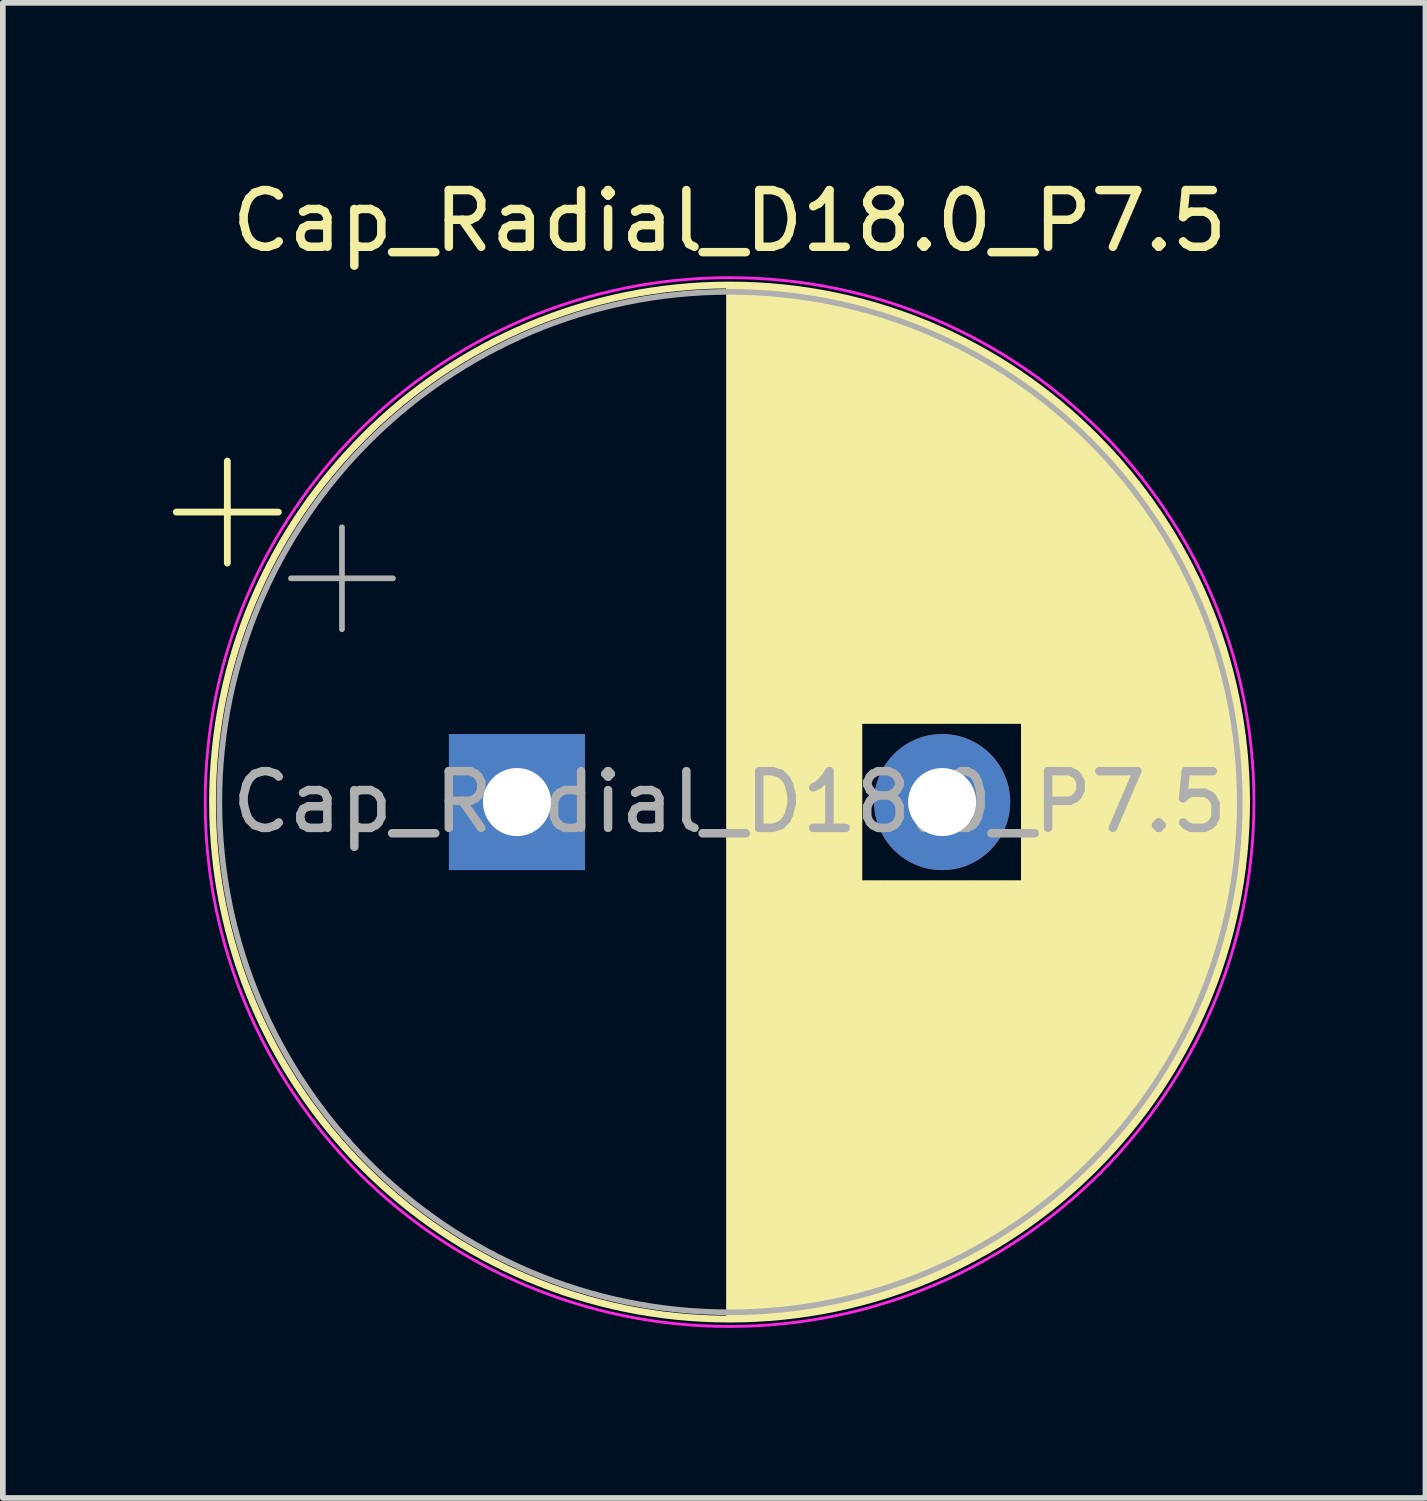
<source format=kicad_pcb>
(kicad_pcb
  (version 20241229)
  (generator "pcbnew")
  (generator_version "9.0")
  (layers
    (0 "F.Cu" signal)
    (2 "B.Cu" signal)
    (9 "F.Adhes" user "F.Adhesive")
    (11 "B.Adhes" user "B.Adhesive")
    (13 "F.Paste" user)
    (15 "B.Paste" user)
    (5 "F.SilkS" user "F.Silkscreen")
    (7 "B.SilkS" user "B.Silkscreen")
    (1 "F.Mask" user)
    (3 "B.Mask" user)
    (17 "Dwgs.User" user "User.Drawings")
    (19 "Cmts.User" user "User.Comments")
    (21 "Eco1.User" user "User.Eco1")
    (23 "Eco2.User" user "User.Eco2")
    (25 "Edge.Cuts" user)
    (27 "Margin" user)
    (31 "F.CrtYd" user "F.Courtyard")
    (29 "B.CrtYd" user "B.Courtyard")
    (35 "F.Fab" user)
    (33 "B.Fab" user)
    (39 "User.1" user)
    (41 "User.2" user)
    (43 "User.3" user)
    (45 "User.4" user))
  (footprint "Cap_Radial_D18.0_P7.5"
    (layer "F.Cu")
    (at 6.069 11.098)
    (property "Reference" "Cap_Radial_D18.0_P7.5" (at 3.75 -10.25 0) (layer "F.SilkS") (effects (font (size 1 1) (thickness 0.15))))
    (fp_line (start -6.009 -5.115) (end -4.209 -5.115) (stroke (width 0.12) (type solid)) (layer "F.SilkS"))
    (fp_line (start -5.109 -6.015) (end -5.109 -4.215) (stroke (width 0.12) (type solid)) (layer "F.SilkS"))
    (fp_line (start 3.75 -9.081) (end 3.75 9.081) (stroke (width 0.12) (type solid)) (layer "F.SilkS"))
    (fp_line (start 3.79 -9.08) (end 3.79 9.08) (stroke (width 0.12) (type solid)) (layer "F.SilkS"))
    (fp_line (start 3.83 -9.08) (end 3.83 9.08) (stroke (width 0.12) (type solid)) (layer "F.SilkS"))
    (fp_line (start 3.87 -9.08) (end 3.87 9.08) (stroke (width 0.12) (type solid)) (layer "F.SilkS"))
    (fp_line (start 3.91 -9.079) (end 3.91 9.079) (stroke (width 0.12) (type solid)) (layer "F.SilkS"))
    (fp_line (start 3.95 -9.078) (end 3.95 9.078) (stroke (width 0.12) (type solid)) (layer "F.SilkS"))
    (fp_line (start 3.99 -9.077) (end 3.99 9.077) (stroke (width 0.12) (type solid)) (layer "F.SilkS"))
    (fp_line (start 4.03 -9.076) (end 4.03 9.076) (stroke (width 0.12) (type solid)) (layer "F.SilkS"))
    (fp_line (start 4.07 -9.075) (end 4.07 9.075) (stroke (width 0.12) (type solid)) (layer "F.SilkS"))
    (fp_line (start 4.11 -9.073) (end 4.11 9.073) (stroke (width 0.12) (type solid)) (layer "F.SilkS"))
    (fp_line (start 4.15 -9.072) (end 4.15 9.072) (stroke (width 0.12) (type solid)) (layer "F.SilkS"))
    (fp_line (start 4.19 -9.07) (end 4.19 9.07) (stroke (width 0.12) (type solid)) (layer "F.SilkS"))
    (fp_line (start 4.23 -9.068) (end 4.23 9.068) (stroke (width 0.12) (type solid)) (layer "F.SilkS"))
    (fp_line (start 4.27 -9.066) (end 4.27 9.066) (stroke (width 0.12) (type solid)) (layer "F.SilkS"))
    (fp_line (start 4.31 -9.063) (end 4.31 9.063) (stroke (width 0.12) (type solid)) (layer "F.SilkS"))
    (fp_line (start 4.35 -9.061) (end 4.35 9.061) (stroke (width 0.12) (type solid)) (layer "F.SilkS"))
    (fp_line (start 4.39 -9.058) (end 4.39 9.058) (stroke (width 0.12) (type solid)) (layer "F.SilkS"))
    (fp_line (start 4.43 -9.055) (end 4.43 9.055) (stroke (width 0.12) (type solid)) (layer "F.SilkS"))
    (fp_line (start 4.471 -9.052) (end 4.471 9.052) (stroke (width 0.12) (type solid)) (layer "F.SilkS"))
    (fp_line (start 4.511 -9.049) (end 4.511 9.049) (stroke (width 0.12) (type solid)) (layer "F.SilkS"))
    (fp_line (start 4.551 -9.045) (end 4.551 9.045) (stroke (width 0.12) (type solid)) (layer "F.SilkS"))
    (fp_line (start 4.591 -9.042) (end 4.591 9.042) (stroke (width 0.12) (type solid)) (layer "F.SilkS"))
    (fp_line (start 4.631 -9.038) (end 4.631 9.038) (stroke (width 0.12) (type solid)) (layer "F.SilkS"))
    (fp_line (start 4.671 -9.034) (end 4.671 9.034) (stroke (width 0.12) (type solid)) (layer "F.SilkS"))
    (fp_line (start 4.711 -9.03) (end 4.711 9.03) (stroke (width 0.12) (type solid)) (layer "F.SilkS"))
    (fp_line (start 4.751 -9.026) (end 4.751 9.026) (stroke (width 0.12) (type solid)) (layer "F.SilkS"))
    (fp_line (start 4.791 -9.021) (end 4.791 9.021) (stroke (width 0.12) (type solid)) (layer "F.SilkS"))
    (fp_line (start 4.831 -9.016) (end 4.831 9.016) (stroke (width 0.12) (type solid)) (layer "F.SilkS"))
    (fp_line (start 4.871 -9.011) (end 4.871 9.011) (stroke (width 0.12) (type solid)) (layer "F.SilkS"))
    (fp_line (start 4.911 -9.006) (end 4.911 9.006) (stroke (width 0.12) (type solid)) (layer "F.SilkS"))
    (fp_line (start 4.951 -9.001) (end 4.951 9.001) (stroke (width 0.12) (type solid)) (layer "F.SilkS"))
    (fp_line (start 4.991 -8.996) (end 4.991 8.996) (stroke (width 0.12) (type solid)) (layer "F.SilkS"))
    (fp_line (start 5.031 -8.99) (end 5.031 8.99) (stroke (width 0.12) (type solid)) (layer "F.SilkS"))
    (fp_line (start 5.071 -8.984) (end 5.071 8.984) (stroke (width 0.12) (type solid)) (layer "F.SilkS"))
    (fp_line (start 5.111 -8.979) (end 5.111 8.979) (stroke (width 0.12) (type solid)) (layer "F.SilkS"))
    (fp_line (start 5.151 -8.972) (end 5.151 8.972) (stroke (width 0.12) (type solid)) (layer "F.SilkS"))
    (fp_line (start 5.191 -8.966) (end 5.191 8.966) (stroke (width 0.12) (type solid)) (layer "F.SilkS"))
    (fp_line (start 5.231 -8.96) (end 5.231 8.96) (stroke (width 0.12) (type solid)) (layer "F.SilkS"))
    (fp_line (start 5.271 -8.953) (end 5.271 8.953) (stroke (width 0.12) (type solid)) (layer "F.SilkS"))
    (fp_line (start 5.311 -8.946) (end 5.311 8.946) (stroke (width 0.12) (type solid)) (layer "F.SilkS"))
    (fp_line (start 5.351 -8.939) (end 5.351 8.939) (stroke (width 0.12) (type solid)) (layer "F.SilkS"))
    (fp_line (start 5.391 -8.932) (end 5.391 8.932) (stroke (width 0.12) (type solid)) (layer "F.SilkS"))
    (fp_line (start 5.431 -8.924) (end 5.431 8.924) (stroke (width 0.12) (type solid)) (layer "F.SilkS"))
    (fp_line (start 5.471 -8.917) (end 5.471 8.917) (stroke (width 0.12) (type solid)) (layer "F.SilkS"))
    (fp_line (start 5.511 -8.909) (end 5.511 8.909) (stroke (width 0.12) (type solid)) (layer "F.SilkS"))
    (fp_line (start 5.551 -8.901) (end 5.551 8.901) (stroke (width 0.12) (type solid)) (layer "F.SilkS"))
    (fp_line (start 5.591 -8.893) (end 5.591 8.893) (stroke (width 0.12) (type solid)) (layer "F.SilkS"))
    (fp_line (start 5.631 -8.885) (end 5.631 8.885) (stroke (width 0.12) (type solid)) (layer "F.SilkS"))
    (fp_line (start 5.671 -8.876) (end 5.671 8.876) (stroke (width 0.12) (type solid)) (layer "F.SilkS"))
    (fp_line (start 5.711 -8.867) (end 5.711 8.867) (stroke (width 0.12) (type solid)) (layer "F.SilkS"))
    (fp_line (start 5.751 -8.858) (end 5.751 8.858) (stroke (width 0.12) (type solid)) (layer "F.SilkS"))
    (fp_line (start 5.791 -8.849) (end 5.791 8.849) (stroke (width 0.12) (type solid)) (layer "F.SilkS"))
    (fp_line (start 5.831 -8.84) (end 5.831 8.84) (stroke (width 0.12) (type solid)) (layer "F.SilkS"))
    (fp_line (start 5.871 -8.831) (end 5.871 8.831) (stroke (width 0.12) (type solid)) (layer "F.SilkS"))
    (fp_line (start 5.911 -8.821) (end 5.911 8.821) (stroke (width 0.12) (type solid)) (layer "F.SilkS"))
    (fp_line (start 5.951 -8.811) (end 5.951 8.811) (stroke (width 0.12) (type solid)) (layer "F.SilkS"))
    (fp_line (start 5.991 -8.801) (end 5.991 8.801) (stroke (width 0.12) (type solid)) (layer "F.SilkS"))
    (fp_line (start 6.031 -8.791) (end 6.031 8.791) (stroke (width 0.12) (type solid)) (layer "F.SilkS"))
    (fp_line (start 6.071 -8.78) (end 6.071 -1.44) (stroke (width 0.12) (type solid)) (layer "F.SilkS"))
    (fp_line (start 6.071 1.44) (end 6.071 8.78) (stroke (width 0.12) (type solid)) (layer "F.SilkS"))
    (fp_line (start 6.111 -8.77) (end 6.111 -1.44) (stroke (width 0.12) (type solid)) (layer "F.SilkS"))
    (fp_line (start 6.111 1.44) (end 6.111 8.77) (stroke (width 0.12) (type solid)) (layer "F.SilkS"))
    (fp_line (start 6.151 -8.759) (end 6.151 -1.44) (stroke (width 0.12) (type solid)) (layer "F.SilkS"))
    (fp_line (start 6.151 1.44) (end 6.151 8.759) (stroke (width 0.12) (type solid)) (layer "F.SilkS"))
    (fp_line (start 6.191 -8.748) (end 6.191 -1.44) (stroke (width 0.12) (type solid)) (layer "F.SilkS"))
    (fp_line (start 6.191 1.44) (end 6.191 8.748) (stroke (width 0.12) (type solid)) (layer "F.SilkS"))
    (fp_line (start 6.231 -8.737) (end 6.231 -1.44) (stroke (width 0.12) (type solid)) (layer "F.SilkS"))
    (fp_line (start 6.231 1.44) (end 6.231 8.737) (stroke (width 0.12) (type solid)) (layer "F.SilkS"))
    (fp_line (start 6.271 -8.725) (end 6.271 -1.44) (stroke (width 0.12) (type solid)) (layer "F.SilkS"))
    (fp_line (start 6.271 1.44) (end 6.271 8.725) (stroke (width 0.12) (type solid)) (layer "F.SilkS"))
    (fp_line (start 6.311 -8.714) (end 6.311 -1.44) (stroke (width 0.12) (type solid)) (layer "F.SilkS"))
    (fp_line (start 6.311 1.44) (end 6.311 8.714) (stroke (width 0.12) (type solid)) (layer "F.SilkS"))
    (fp_line (start 6.351 -8.702) (end 6.351 -1.44) (stroke (width 0.12) (type solid)) (layer "F.SilkS"))
    (fp_line (start 6.351 1.44) (end 6.351 8.702) (stroke (width 0.12) (type solid)) (layer "F.SilkS"))
    (fp_line (start 6.391 -8.69) (end 6.391 -1.44) (stroke (width 0.12) (type solid)) (layer "F.SilkS"))
    (fp_line (start 6.391 1.44) (end 6.391 8.69) (stroke (width 0.12) (type solid)) (layer "F.SilkS"))
    (fp_line (start 6.431 -8.678) (end 6.431 -1.44) (stroke (width 0.12) (type solid)) (layer "F.SilkS"))
    (fp_line (start 6.431 1.44) (end 6.431 8.678) (stroke (width 0.12) (type solid)) (layer "F.SilkS"))
    (fp_line (start 6.471 -8.665) (end 6.471 -1.44) (stroke (width 0.12) (type solid)) (layer "F.SilkS"))
    (fp_line (start 6.471 1.44) (end 6.471 8.665) (stroke (width 0.12) (type solid)) (layer "F.SilkS"))
    (fp_line (start 6.511 -8.653) (end 6.511 -1.44) (stroke (width 0.12) (type solid)) (layer "F.SilkS"))
    (fp_line (start 6.511 1.44) (end 6.511 8.653) (stroke (width 0.12) (type solid)) (layer "F.SilkS"))
    (fp_line (start 6.551 -8.64) (end 6.551 -1.44) (stroke (width 0.12) (type solid)) (layer "F.SilkS"))
    (fp_line (start 6.551 1.44) (end 6.551 8.64) (stroke (width 0.12) (type solid)) (layer "F.SilkS"))
    (fp_line (start 6.591 -8.627) (end 6.591 -1.44) (stroke (width 0.12) (type solid)) (layer "F.SilkS"))
    (fp_line (start 6.591 1.44) (end 6.591 8.627) (stroke (width 0.12) (type solid)) (layer "F.SilkS"))
    (fp_line (start 6.631 -8.614) (end 6.631 -1.44) (stroke (width 0.12) (type solid)) (layer "F.SilkS"))
    (fp_line (start 6.631 1.44) (end 6.631 8.614) (stroke (width 0.12) (type solid)) (layer "F.SilkS"))
    (fp_line (start 6.671 -8.6) (end 6.671 -1.44) (stroke (width 0.12) (type solid)) (layer "F.SilkS"))
    (fp_line (start 6.671 1.44) (end 6.671 8.6) (stroke (width 0.12) (type solid)) (layer "F.SilkS"))
    (fp_line (start 6.711 -8.587) (end 6.711 -1.44) (stroke (width 0.12) (type solid)) (layer "F.SilkS"))
    (fp_line (start 6.711 1.44) (end 6.711 8.587) (stroke (width 0.12) (type solid)) (layer "F.SilkS"))
    (fp_line (start 6.751 -8.573) (end 6.751 -1.44) (stroke (width 0.12) (type solid)) (layer "F.SilkS"))
    (fp_line (start 6.751 1.44) (end 6.751 8.573) (stroke (width 0.12) (type solid)) (layer "F.SilkS"))
    (fp_line (start 6.791 -8.559) (end 6.791 -1.44) (stroke (width 0.12) (type solid)) (layer "F.SilkS"))
    (fp_line (start 6.791 1.44) (end 6.791 8.559) (stroke (width 0.12) (type solid)) (layer "F.SilkS"))
    (fp_line (start 6.831 -8.545) (end 6.831 -1.44) (stroke (width 0.12) (type solid)) (layer "F.SilkS"))
    (fp_line (start 6.831 1.44) (end 6.831 8.545) (stroke (width 0.12) (type solid)) (layer "F.SilkS"))
    (fp_line (start 6.871 -8.53) (end 6.871 -1.44) (stroke (width 0.12) (type solid)) (layer "F.SilkS"))
    (fp_line (start 6.871 1.44) (end 6.871 8.53) (stroke (width 0.12) (type solid)) (layer "F.SilkS"))
    (fp_line (start 6.911 -8.516) (end 6.911 -1.44) (stroke (width 0.12) (type solid)) (layer "F.SilkS"))
    (fp_line (start 6.911 1.44) (end 6.911 8.516) (stroke (width 0.12) (type solid)) (layer "F.SilkS"))
    (fp_line (start 6.951 -8.501) (end 6.951 -1.44) (stroke (width 0.12) (type solid)) (layer "F.SilkS"))
    (fp_line (start 6.951 1.44) (end 6.951 8.501) (stroke (width 0.12) (type solid)) (layer "F.SilkS"))
    (fp_line (start 6.991 -8.486) (end 6.991 -1.44) (stroke (width 0.12) (type solid)) (layer "F.SilkS"))
    (fp_line (start 6.991 1.44) (end 6.991 8.486) (stroke (width 0.12) (type solid)) (layer "F.SilkS"))
    (fp_line (start 7.031 -8.47) (end 7.031 -1.44) (stroke (width 0.12) (type solid)) (layer "F.SilkS"))
    (fp_line (start 7.031 1.44) (end 7.031 8.47) (stroke (width 0.12) (type solid)) (layer "F.SilkS"))
    (fp_line (start 7.071 -8.455) (end 7.071 -1.44) (stroke (width 0.12) (type solid)) (layer "F.SilkS"))
    (fp_line (start 7.071 1.44) (end 7.071 8.455) (stroke (width 0.12) (type solid)) (layer "F.SilkS"))
    (fp_line (start 7.111 -8.439) (end 7.111 -1.44) (stroke (width 0.12) (type solid)) (layer "F.SilkS"))
    (fp_line (start 7.111 1.44) (end 7.111 8.439) (stroke (width 0.12) (type solid)) (layer "F.SilkS"))
    (fp_line (start 7.151 -8.423) (end 7.151 -1.44) (stroke (width 0.12) (type solid)) (layer "F.SilkS"))
    (fp_line (start 7.151 1.44) (end 7.151 8.423) (stroke (width 0.12) (type solid)) (layer "F.SilkS"))
    (fp_line (start 7.191 -8.407) (end 7.191 -1.44) (stroke (width 0.12) (type solid)) (layer "F.SilkS"))
    (fp_line (start 7.191 1.44) (end 7.191 8.407) (stroke (width 0.12) (type solid)) (layer "F.SilkS"))
    (fp_line (start 7.231 -8.39) (end 7.231 -1.44) (stroke (width 0.12) (type solid)) (layer "F.SilkS"))
    (fp_line (start 7.231 1.44) (end 7.231 8.39) (stroke (width 0.12) (type solid)) (layer "F.SilkS"))
    (fp_line (start 7.271 -8.374) (end 7.271 -1.44) (stroke (width 0.12) (type solid)) (layer "F.SilkS"))
    (fp_line (start 7.271 1.44) (end 7.271 8.374) (stroke (width 0.12) (type solid)) (layer "F.SilkS"))
    (fp_line (start 7.311 -8.357) (end 7.311 -1.44) (stroke (width 0.12) (type solid)) (layer "F.SilkS"))
    (fp_line (start 7.311 1.44) (end 7.311 8.357) (stroke (width 0.12) (type solid)) (layer "F.SilkS"))
    (fp_line (start 7.351 -8.34) (end 7.351 -1.44) (stroke (width 0.12) (type solid)) (layer "F.SilkS"))
    (fp_line (start 7.351 1.44) (end 7.351 8.34) (stroke (width 0.12) (type solid)) (layer "F.SilkS"))
    (fp_line (start 7.391 -8.323) (end 7.391 -1.44) (stroke (width 0.12) (type solid)) (layer "F.SilkS"))
    (fp_line (start 7.391 1.44) (end 7.391 8.323) (stroke (width 0.12) (type solid)) (layer "F.SilkS"))
    (fp_line (start 7.431 -8.305) (end 7.431 -1.44) (stroke (width 0.12) (type solid)) (layer "F.SilkS"))
    (fp_line (start 7.431 1.44) (end 7.431 8.305) (stroke (width 0.12) (type solid)) (layer "F.SilkS"))
    (fp_line (start 7.471 -8.287) (end 7.471 -1.44) (stroke (width 0.12) (type solid)) (layer "F.SilkS"))
    (fp_line (start 7.471 1.44) (end 7.471 8.287) (stroke (width 0.12) (type solid)) (layer "F.SilkS"))
    (fp_line (start 7.511 -8.269) (end 7.511 -1.44) (stroke (width 0.12) (type solid)) (layer "F.SilkS"))
    (fp_line (start 7.511 1.44) (end 7.511 8.269) (stroke (width 0.12) (type solid)) (layer "F.SilkS"))
    (fp_line (start 7.551 -8.251) (end 7.551 -1.44) (stroke (width 0.12) (type solid)) (layer "F.SilkS"))
    (fp_line (start 7.551 1.44) (end 7.551 8.251) (stroke (width 0.12) (type solid)) (layer "F.SilkS"))
    (fp_line (start 7.591 -8.233) (end 7.591 -1.44) (stroke (width 0.12) (type solid)) (layer "F.SilkS"))
    (fp_line (start 7.591 1.44) (end 7.591 8.233) (stroke (width 0.12) (type solid)) (layer "F.SilkS"))
    (fp_line (start 7.631 -8.214) (end 7.631 -1.44) (stroke (width 0.12) (type solid)) (layer "F.SilkS"))
    (fp_line (start 7.631 1.44) (end 7.631 8.214) (stroke (width 0.12) (type solid)) (layer "F.SilkS"))
    (fp_line (start 7.671 -8.195) (end 7.671 -1.44) (stroke (width 0.12) (type solid)) (layer "F.SilkS"))
    (fp_line (start 7.671 1.44) (end 7.671 8.195) (stroke (width 0.12) (type solid)) (layer "F.SilkS"))
    (fp_line (start 7.711 -8.176) (end 7.711 -1.44) (stroke (width 0.12) (type solid)) (layer "F.SilkS"))
    (fp_line (start 7.711 1.44) (end 7.711 8.176) (stroke (width 0.12) (type solid)) (layer "F.SilkS"))
    (fp_line (start 7.751 -8.156) (end 7.751 -1.44) (stroke (width 0.12) (type solid)) (layer "F.SilkS"))
    (fp_line (start 7.751 1.44) (end 7.751 8.156) (stroke (width 0.12) (type solid)) (layer "F.SilkS"))
    (fp_line (start 7.791 -8.137) (end 7.791 -1.44) (stroke (width 0.12) (type solid)) (layer "F.SilkS"))
    (fp_line (start 7.791 1.44) (end 7.791 8.137) (stroke (width 0.12) (type solid)) (layer "F.SilkS"))
    (fp_line (start 7.831 -8.117) (end 7.831 -1.44) (stroke (width 0.12) (type solid)) (layer "F.SilkS"))
    (fp_line (start 7.831 1.44) (end 7.831 8.117) (stroke (width 0.12) (type solid)) (layer "F.SilkS"))
    (fp_line (start 7.871 -8.097) (end 7.871 -1.44) (stroke (width 0.12) (type solid)) (layer "F.SilkS"))
    (fp_line (start 7.871 1.44) (end 7.871 8.097) (stroke (width 0.12) (type solid)) (layer "F.SilkS"))
    (fp_line (start 7.911 -8.076) (end 7.911 -1.44) (stroke (width 0.12) (type solid)) (layer "F.SilkS"))
    (fp_line (start 7.911 1.44) (end 7.911 8.076) (stroke (width 0.12) (type solid)) (layer "F.SilkS"))
    (fp_line (start 7.951 -8.056) (end 7.951 -1.44) (stroke (width 0.12) (type solid)) (layer "F.SilkS"))
    (fp_line (start 7.951 1.44) (end 7.951 8.056) (stroke (width 0.12) (type solid)) (layer "F.SilkS"))
    (fp_line (start 7.991 -8.035) (end 7.991 -1.44) (stroke (width 0.12) (type solid)) (layer "F.SilkS"))
    (fp_line (start 7.991 1.44) (end 7.991 8.035) (stroke (width 0.12) (type solid)) (layer "F.SilkS"))
    (fp_line (start 8.031 -8.014) (end 8.031 -1.44) (stroke (width 0.12) (type solid)) (layer "F.SilkS"))
    (fp_line (start 8.031 1.44) (end 8.031 8.014) (stroke (width 0.12) (type solid)) (layer "F.SilkS"))
    (fp_line (start 8.071 -7.992) (end 8.071 -1.44) (stroke (width 0.12) (type solid)) (layer "F.SilkS"))
    (fp_line (start 8.071 1.44) (end 8.071 7.992) (stroke (width 0.12) (type solid)) (layer "F.SilkS"))
    (fp_line (start 8.111 -7.971) (end 8.111 -1.44) (stroke (width 0.12) (type solid)) (layer "F.SilkS"))
    (fp_line (start 8.111 1.44) (end 8.111 7.971) (stroke (width 0.12) (type solid)) (layer "F.SilkS"))
    (fp_line (start 8.151 -7.949) (end 8.151 -1.44) (stroke (width 0.12) (type solid)) (layer "F.SilkS"))
    (fp_line (start 8.151 1.44) (end 8.151 7.949) (stroke (width 0.12) (type solid)) (layer "F.SilkS"))
    (fp_line (start 8.191 -7.927) (end 8.191 -1.44) (stroke (width 0.12) (type solid)) (layer "F.SilkS"))
    (fp_line (start 8.191 1.44) (end 8.191 7.927) (stroke (width 0.12) (type solid)) (layer "F.SilkS"))
    (fp_line (start 8.231 -7.904) (end 8.231 -1.44) (stroke (width 0.12) (type solid)) (layer "F.SilkS"))
    (fp_line (start 8.231 1.44) (end 8.231 7.904) (stroke (width 0.12) (type solid)) (layer "F.SilkS"))
    (fp_line (start 8.271 -7.882) (end 8.271 -1.44) (stroke (width 0.12) (type solid)) (layer "F.SilkS"))
    (fp_line (start 8.271 1.44) (end 8.271 7.882) (stroke (width 0.12) (type solid)) (layer "F.SilkS"))
    (fp_line (start 8.311 -7.859) (end 8.311 -1.44) (stroke (width 0.12) (type solid)) (layer "F.SilkS"))
    (fp_line (start 8.311 1.44) (end 8.311 7.859) (stroke (width 0.12) (type solid)) (layer "F.SilkS"))
    (fp_line (start 8.351 -7.835) (end 8.351 -1.44) (stroke (width 0.12) (type solid)) (layer "F.SilkS"))
    (fp_line (start 8.351 1.44) (end 8.351 7.835) (stroke (width 0.12) (type solid)) (layer "F.SilkS"))
    (fp_line (start 8.391 -7.812) (end 8.391 -1.44) (stroke (width 0.12) (type solid)) (layer "F.SilkS"))
    (fp_line (start 8.391 1.44) (end 8.391 7.812) (stroke (width 0.12) (type solid)) (layer "F.SilkS"))
    (fp_line (start 8.431 -7.788) (end 8.431 -1.44) (stroke (width 0.12) (type solid)) (layer "F.SilkS"))
    (fp_line (start 8.431 1.44) (end 8.431 7.788) (stroke (width 0.12) (type solid)) (layer "F.SilkS"))
    (fp_line (start 8.471 -7.764) (end 8.471 -1.44) (stroke (width 0.12) (type solid)) (layer "F.SilkS"))
    (fp_line (start 8.471 1.44) (end 8.471 7.764) (stroke (width 0.12) (type solid)) (layer "F.SilkS"))
    (fp_line (start 8.511 -7.74) (end 8.511 -1.44) (stroke (width 0.12) (type solid)) (layer "F.SilkS"))
    (fp_line (start 8.511 1.44) (end 8.511 7.74) (stroke (width 0.12) (type solid)) (layer "F.SilkS"))
    (fp_line (start 8.551 -7.715) (end 8.551 -1.44) (stroke (width 0.12) (type solid)) (layer "F.SilkS"))
    (fp_line (start 8.551 1.44) (end 8.551 7.715) (stroke (width 0.12) (type solid)) (layer "F.SilkS"))
    (fp_line (start 8.591 -7.69) (end 8.591 -1.44) (stroke (width 0.12) (type solid)) (layer "F.SilkS"))
    (fp_line (start 8.591 1.44) (end 8.591 7.69) (stroke (width 0.12) (type solid)) (layer "F.SilkS"))
    (fp_line (start 8.631 -7.665) (end 8.631 -1.44) (stroke (width 0.12) (type solid)) (layer "F.SilkS"))
    (fp_line (start 8.631 1.44) (end 8.631 7.665) (stroke (width 0.12) (type solid)) (layer "F.SilkS"))
    (fp_line (start 8.671 -7.64) (end 8.671 -1.44) (stroke (width 0.12) (type solid)) (layer "F.SilkS"))
    (fp_line (start 8.671 1.44) (end 8.671 7.64) (stroke (width 0.12) (type solid)) (layer "F.SilkS"))
    (fp_line (start 8.711 -7.614) (end 8.711 -1.44) (stroke (width 0.12) (type solid)) (layer "F.SilkS"))
    (fp_line (start 8.711 1.44) (end 8.711 7.614) (stroke (width 0.12) (type solid)) (layer "F.SilkS"))
    (fp_line (start 8.751 -7.588) (end 8.751 -1.44) (stroke (width 0.12) (type solid)) (layer "F.SilkS"))
    (fp_line (start 8.751 1.44) (end 8.751 7.588) (stroke (width 0.12) (type solid)) (layer "F.SilkS"))
    (fp_line (start 8.791 -7.561) (end 8.791 -1.44) (stroke (width 0.12) (type solid)) (layer "F.SilkS"))
    (fp_line (start 8.791 1.44) (end 8.791 7.561) (stroke (width 0.12) (type solid)) (layer "F.SilkS"))
    (fp_line (start 8.831 -7.535) (end 8.831 -1.44) (stroke (width 0.12) (type solid)) (layer "F.SilkS"))
    (fp_line (start 8.831 1.44) (end 8.831 7.535) (stroke (width 0.12) (type solid)) (layer "F.SilkS"))
    (fp_line (start 8.871 -7.508) (end 8.871 -1.44) (stroke (width 0.12) (type solid)) (layer "F.SilkS"))
    (fp_line (start 8.871 1.44) (end 8.871 7.508) (stroke (width 0.12) (type solid)) (layer "F.SilkS"))
    (fp_line (start 8.911 -7.48) (end 8.911 -1.44) (stroke (width 0.12) (type solid)) (layer "F.SilkS"))
    (fp_line (start 8.911 1.44) (end 8.911 7.48) (stroke (width 0.12) (type solid)) (layer "F.SilkS"))
    (fp_line (start 8.951 -7.453) (end 8.951 7.453) (stroke (width 0.12) (type solid)) (layer "F.SilkS"))
    (fp_line (start 8.991 -7.425) (end 8.991 7.425) (stroke (width 0.12) (type solid)) (layer "F.SilkS"))
    (fp_line (start 9.031 -7.397) (end 9.031 7.397) (stroke (width 0.12) (type solid)) (layer "F.SilkS"))
    (fp_line (start 9.071 -7.368) (end 9.071 7.368) (stroke (width 0.12) (type solid)) (layer "F.SilkS"))
    (fp_line (start 9.111 -7.339) (end 9.111 7.339) (stroke (width 0.12) (type solid)) (layer "F.SilkS"))
    (fp_line (start 9.151 -7.31) (end 9.151 7.31) (stroke (width 0.12) (type solid)) (layer "F.SilkS"))
    (fp_line (start 9.191 -7.28) (end 9.191 7.28) (stroke (width 0.12) (type solid)) (layer "F.SilkS"))
    (fp_line (start 9.231 -7.25) (end 9.231 7.25) (stroke (width 0.12) (type solid)) (layer "F.SilkS"))
    (fp_line (start 9.271 -7.22) (end 9.271 7.22) (stroke (width 0.12) (type solid)) (layer "F.SilkS"))
    (fp_line (start 9.311 -7.19) (end 9.311 7.19) (stroke (width 0.12) (type solid)) (layer "F.SilkS"))
    (fp_line (start 9.351 -7.159) (end 9.351 7.159) (stroke (width 0.12) (type solid)) (layer "F.SilkS"))
    (fp_line (start 9.391 -7.127) (end 9.391 7.127) (stroke (width 0.12) (type solid)) (layer "F.SilkS"))
    (fp_line (start 9.431 -7.096) (end 9.431 7.096) (stroke (width 0.12) (type solid)) (layer "F.SilkS"))
    (fp_line (start 9.471 -7.064) (end 9.471 7.064) (stroke (width 0.12) (type solid)) (layer "F.SilkS"))
    (fp_line (start 9.511 -7.031) (end 9.511 7.031) (stroke (width 0.12) (type solid)) (layer "F.SilkS"))
    (fp_line (start 9.551 -6.999) (end 9.551 6.999) (stroke (width 0.12) (type solid)) (layer "F.SilkS"))
    (fp_line (start 9.591 -6.965) (end 9.591 6.965) (stroke (width 0.12) (type solid)) (layer "F.SilkS"))
    (fp_line (start 9.631 -6.932) (end 9.631 6.932) (stroke (width 0.12) (type solid)) (layer "F.SilkS"))
    (fp_line (start 9.671 -6.898) (end 9.671 6.898) (stroke (width 0.12) (type solid)) (layer "F.SilkS"))
    (fp_line (start 9.711 -6.864) (end 9.711 6.864) (stroke (width 0.12) (type solid)) (layer "F.SilkS"))
    (fp_line (start 9.751 -6.829) (end 9.751 6.829) (stroke (width 0.12) (type solid)) (layer "F.SilkS"))
    (fp_line (start 9.791 -6.794) (end 9.791 6.794) (stroke (width 0.12) (type solid)) (layer "F.SilkS"))
    (fp_line (start 9.831 -6.758) (end 9.831 6.758) (stroke (width 0.12) (type solid)) (layer "F.SilkS"))
    (fp_line (start 9.871 -6.722) (end 9.871 6.722) (stroke (width 0.12) (type solid)) (layer "F.SilkS"))
    (fp_line (start 9.911 -6.686) (end 9.911 6.686) (stroke (width 0.12) (type solid)) (layer "F.SilkS"))
    (fp_line (start 9.951 -6.649) (end 9.951 6.649) (stroke (width 0.12) (type solid)) (layer "F.SilkS"))
    (fp_line (start 9.991 -6.612) (end 9.991 6.612) (stroke (width 0.12) (type solid)) (layer "F.SilkS"))
    (fp_line (start 10.031 -6.574) (end 10.031 6.574) (stroke (width 0.12) (type solid)) (layer "F.SilkS"))
    (fp_line (start 10.071 -6.536) (end 10.071 6.536) (stroke (width 0.12) (type solid)) (layer "F.SilkS"))
    (fp_line (start 10.111 -6.497) (end 10.111 6.497) (stroke (width 0.12) (type solid)) (layer "F.SilkS"))
    (fp_line (start 10.151 -6.458) (end 10.151 6.458) (stroke (width 0.12) (type solid)) (layer "F.SilkS"))
    (fp_line (start 10.191 -6.418) (end 10.191 6.418) (stroke (width 0.12) (type solid)) (layer "F.SilkS"))
    (fp_line (start 10.231 -6.378) (end 10.231 6.378) (stroke (width 0.12) (type solid)) (layer "F.SilkS"))
    (fp_line (start 10.271 -6.337) (end 10.271 6.337) (stroke (width 0.12) (type solid)) (layer "F.SilkS"))
    (fp_line (start 10.311 -6.296) (end 10.311 6.296) (stroke (width 0.12) (type solid)) (layer "F.SilkS"))
    (fp_line (start 10.351 -6.254) (end 10.351 6.254) (stroke (width 0.12) (type solid)) (layer "F.SilkS"))
    (fp_line (start 10.391 -6.212) (end 10.391 6.212) (stroke (width 0.12) (type solid)) (layer "F.SilkS"))
    (fp_line (start 10.431 -6.17) (end 10.431 6.17) (stroke (width 0.12) (type solid)) (layer "F.SilkS"))
    (fp_line (start 10.471 -6.126) (end 10.471 6.126) (stroke (width 0.12) (type solid)) (layer "F.SilkS"))
    (fp_line (start 10.511 -6.082) (end 10.511 6.082) (stroke (width 0.12) (type solid)) (layer "F.SilkS"))
    (fp_line (start 10.551 -6.038) (end 10.551 6.038) (stroke (width 0.12) (type solid)) (layer "F.SilkS"))
    (fp_line (start 10.591 -5.993) (end 10.591 5.993) (stroke (width 0.12) (type solid)) (layer "F.SilkS"))
    (fp_line (start 10.631 -5.947) (end 10.631 5.947) (stroke (width 0.12) (type solid)) (layer "F.SilkS"))
    (fp_line (start 10.671 -5.901) (end 10.671 5.901) (stroke (width 0.12) (type solid)) (layer "F.SilkS"))
    (fp_line (start 10.711 -5.854) (end 10.711 5.854) (stroke (width 0.12) (type solid)) (layer "F.SilkS"))
    (fp_line (start 10.751 -5.806) (end 10.751 5.806) (stroke (width 0.12) (type solid)) (layer "F.SilkS"))
    (fp_line (start 10.791 -5.758) (end 10.791 5.758) (stroke (width 0.12) (type solid)) (layer "F.SilkS"))
    (fp_line (start 10.831 -5.709) (end 10.831 5.709) (stroke (width 0.12) (type solid)) (layer "F.SilkS"))
    (fp_line (start 10.871 -5.66) (end 10.871 5.66) (stroke (width 0.12) (type solid)) (layer "F.SilkS"))
    (fp_line (start 10.911 -5.609) (end 10.911 5.609) (stroke (width 0.12) (type solid)) (layer "F.SilkS"))
    (fp_line (start 10.951 -5.558) (end 10.951 5.558) (stroke (width 0.12) (type solid)) (layer "F.SilkS"))
    (fp_line (start 10.991 -5.506) (end 10.991 5.506) (stroke (width 0.12) (type solid)) (layer "F.SilkS"))
    (fp_line (start 11.031 -5.454) (end 11.031 5.454) (stroke (width 0.12) (type solid)) (layer "F.SilkS"))
    (fp_line (start 11.071 -5.4) (end 11.071 5.4) (stroke (width 0.12) (type solid)) (layer "F.SilkS"))
    (fp_line (start 11.111 -5.346) (end 11.111 5.346) (stroke (width 0.12) (type solid)) (layer "F.SilkS"))
    (fp_line (start 11.151 -5.291) (end 11.151 5.291) (stroke (width 0.12) (type solid)) (layer "F.SilkS"))
    (fp_line (start 11.191 -5.235) (end 11.191 5.235) (stroke (width 0.12) (type solid)) (layer "F.SilkS"))
    (fp_line (start 11.231 -5.178) (end 11.231 5.178) (stroke (width 0.12) (type solid)) (layer "F.SilkS"))
    (fp_line (start 11.271 -5.12) (end 11.271 5.12) (stroke (width 0.12) (type solid)) (layer "F.SilkS"))
    (fp_line (start 11.311 -5.062) (end 11.311 5.062) (stroke (width 0.12) (type solid)) (layer "F.SilkS"))
    (fp_line (start 11.351 -5.002) (end 11.351 5.002) (stroke (width 0.12) (type solid)) (layer "F.SilkS"))
    (fp_line (start 11.391 -4.941) (end 11.391 4.941) (stroke (width 0.12) (type solid)) (layer "F.SilkS"))
    (fp_line (start 11.431 -4.879) (end 11.431 4.879) (stroke (width 0.12) (type solid)) (layer "F.SilkS"))
    (fp_line (start 11.471 -4.816) (end 11.471 4.816) (stroke (width 0.12) (type solid)) (layer "F.SilkS"))
    (fp_line (start 11.511 -4.752) (end 11.511 4.752) (stroke (width 0.12) (type solid)) (layer "F.SilkS"))
    (fp_line (start 11.551 -4.686) (end 11.551 4.686) (stroke (width 0.12) (type solid)) (layer "F.SilkS"))
    (fp_line (start 11.591 -4.62) (end 11.591 4.62) (stroke (width 0.12) (type solid)) (layer "F.SilkS"))
    (fp_line (start 11.631 -4.552) (end 11.631 4.552) (stroke (width 0.12) (type solid)) (layer "F.SilkS"))
    (fp_line (start 11.671 -4.482) (end 11.671 4.482) (stroke (width 0.12) (type solid)) (layer "F.SilkS"))
    (fp_line (start 11.711 -4.412) (end 11.711 4.412) (stroke (width 0.12) (type solid)) (layer "F.SilkS"))
    (fp_line (start 11.751 -4.339) (end 11.751 4.339) (stroke (width 0.12) (type solid)) (layer "F.SilkS"))
    (fp_line (start 11.791 -4.265) (end 11.791 4.265) (stroke (width 0.12) (type solid)) (layer "F.SilkS"))
    (fp_line (start 11.831 -4.19) (end 11.831 4.19) (stroke (width 0.12) (type solid)) (layer "F.SilkS"))
    (fp_line (start 11.871 -4.113) (end 11.871 4.113) (stroke (width 0.12) (type solid)) (layer "F.SilkS"))
    (fp_line (start 11.911 -4.033) (end 11.911 4.033) (stroke (width 0.12) (type solid)) (layer "F.SilkS"))
    (fp_line (start 11.95 -3.952) (end 11.95 3.952) (stroke (width 0.12) (type solid)) (layer "F.SilkS"))
    (fp_line (start 11.99 -3.869) (end 11.99 3.869) (stroke (width 0.12) (type solid)) (layer "F.SilkS"))
    (fp_line (start 12.03 -3.784) (end 12.03 3.784) (stroke (width 0.12) (type solid)) (layer "F.SilkS"))
    (fp_line (start 12.07 -3.696) (end 12.07 3.696) (stroke (width 0.12) (type solid)) (layer "F.SilkS"))
    (fp_line (start 12.11 -3.605) (end 12.11 3.605) (stroke (width 0.12) (type solid)) (layer "F.SilkS"))
    (fp_line (start 12.15 -3.512) (end 12.15 3.512) (stroke (width 0.12) (type solid)) (layer "F.SilkS"))
    (fp_line (start 12.19 -3.416) (end 12.19 3.416) (stroke (width 0.12) (type solid)) (layer "F.SilkS"))
    (fp_line (start 12.23 -3.317) (end 12.23 3.317) (stroke (width 0.12) (type solid)) (layer "F.SilkS"))
    (fp_line (start 12.27 -3.214) (end 12.27 3.214) (stroke (width 0.12) (type solid)) (layer "F.SilkS"))
    (fp_line (start 12.31 -3.107) (end 12.31 3.107) (stroke (width 0.12) (type solid)) (layer "F.SilkS"))
    (fp_line (start 12.35 -2.996) (end 12.35 2.996) (stroke (width 0.12) (type solid)) (layer "F.SilkS"))
    (fp_line (start 12.39 -2.88) (end 12.39 2.88) (stroke (width 0.12) (type solid)) (layer "F.SilkS"))
    (fp_line (start 12.43 -2.759) (end 12.43 2.759) (stroke (width 0.12) (type solid)) (layer "F.SilkS"))
    (fp_line (start 12.47 -2.632) (end 12.47 2.632) (stroke (width 0.12) (type solid)) (layer "F.SilkS"))
    (fp_line (start 12.51 -2.498) (end 12.51 2.498) (stroke (width 0.12) (type solid)) (layer "F.SilkS"))
    (fp_line (start 12.55 -2.355) (end 12.55 2.355) (stroke (width 0.12) (type solid)) (layer "F.SilkS"))
    (fp_line (start 12.59 -2.203) (end 12.59 2.203) (stroke (width 0.12) (type solid)) (layer "F.SilkS"))
    (fp_line (start 12.63 -2.039) (end 12.63 2.039) (stroke (width 0.12) (type solid)) (layer "F.SilkS"))
    (fp_line (start 12.67 -1.86) (end 12.67 1.86) (stroke (width 0.12) (type solid)) (layer "F.SilkS"))
    (fp_line (start 12.71 -1.661) (end 12.71 1.661) (stroke (width 0.12) (type solid)) (layer "F.SilkS"))
    (fp_line (start 12.75 -1.435) (end 12.75 1.435) (stroke (width 0.12) (type solid)) (layer "F.SilkS"))
    (fp_line (start 12.79 -1.166) (end 12.79 1.166) (stroke (width 0.12) (type solid)) (layer "F.SilkS"))
    (fp_line (start 12.83 -0.814) (end 12.83 0.814) (stroke (width 0.12) (type solid)) (layer "F.SilkS"))
    (fp_line (start 12.87 -0.04) (end 12.87 0.04) (stroke (width 0.12) (type solid)) (layer "F.SilkS"))
    (fp_circle (center 3.75 0) (end 12.87 0) (stroke (width 0.12) (type solid)) (fill no) (layer "F.SilkS"))
    (fp_circle (center 3.75 0) (end 13 0) (stroke (width 0.05) (type solid)) (fill no) (layer "F.CrtYd"))
    (fp_line (start -3.987 -3.947) (end -2.187 -3.947) (stroke (width 0.1) (type solid)) (layer "F.Fab"))
    (fp_line (start -3.087 -4.848) (end -3.087 -3.047) (stroke (width 0.1) (type solid)) (layer "F.Fab"))
    (fp_circle (center 3.75 0) (end 12.75 0) (stroke (width 0.1) (type solid)) (fill no) (layer "F.Fab"))
    (fp_text user "${REFERENCE}" (at 3.75 0 0) (layer "F.Fab") (effects (font (size 1 1) (thickness 0.15))))
    (pad "1" thru_hole rect (at 0 0) (size 2.4 2.4) (drill 1.2) (layers "*.Cu" "*.Mask"))
    (pad "2" thru_hole circle (at 7.5 0) (size 2.4 2.4) (drill 1.2) (layers "*.Cu" "*.Mask")))
  (gr_rect
    (start -3 -3)
    (end 22.094 23.373)
    (stroke (width 0.1) (type default))
    (fill no)
    (layer "Edge.Cuts")))
</source>
